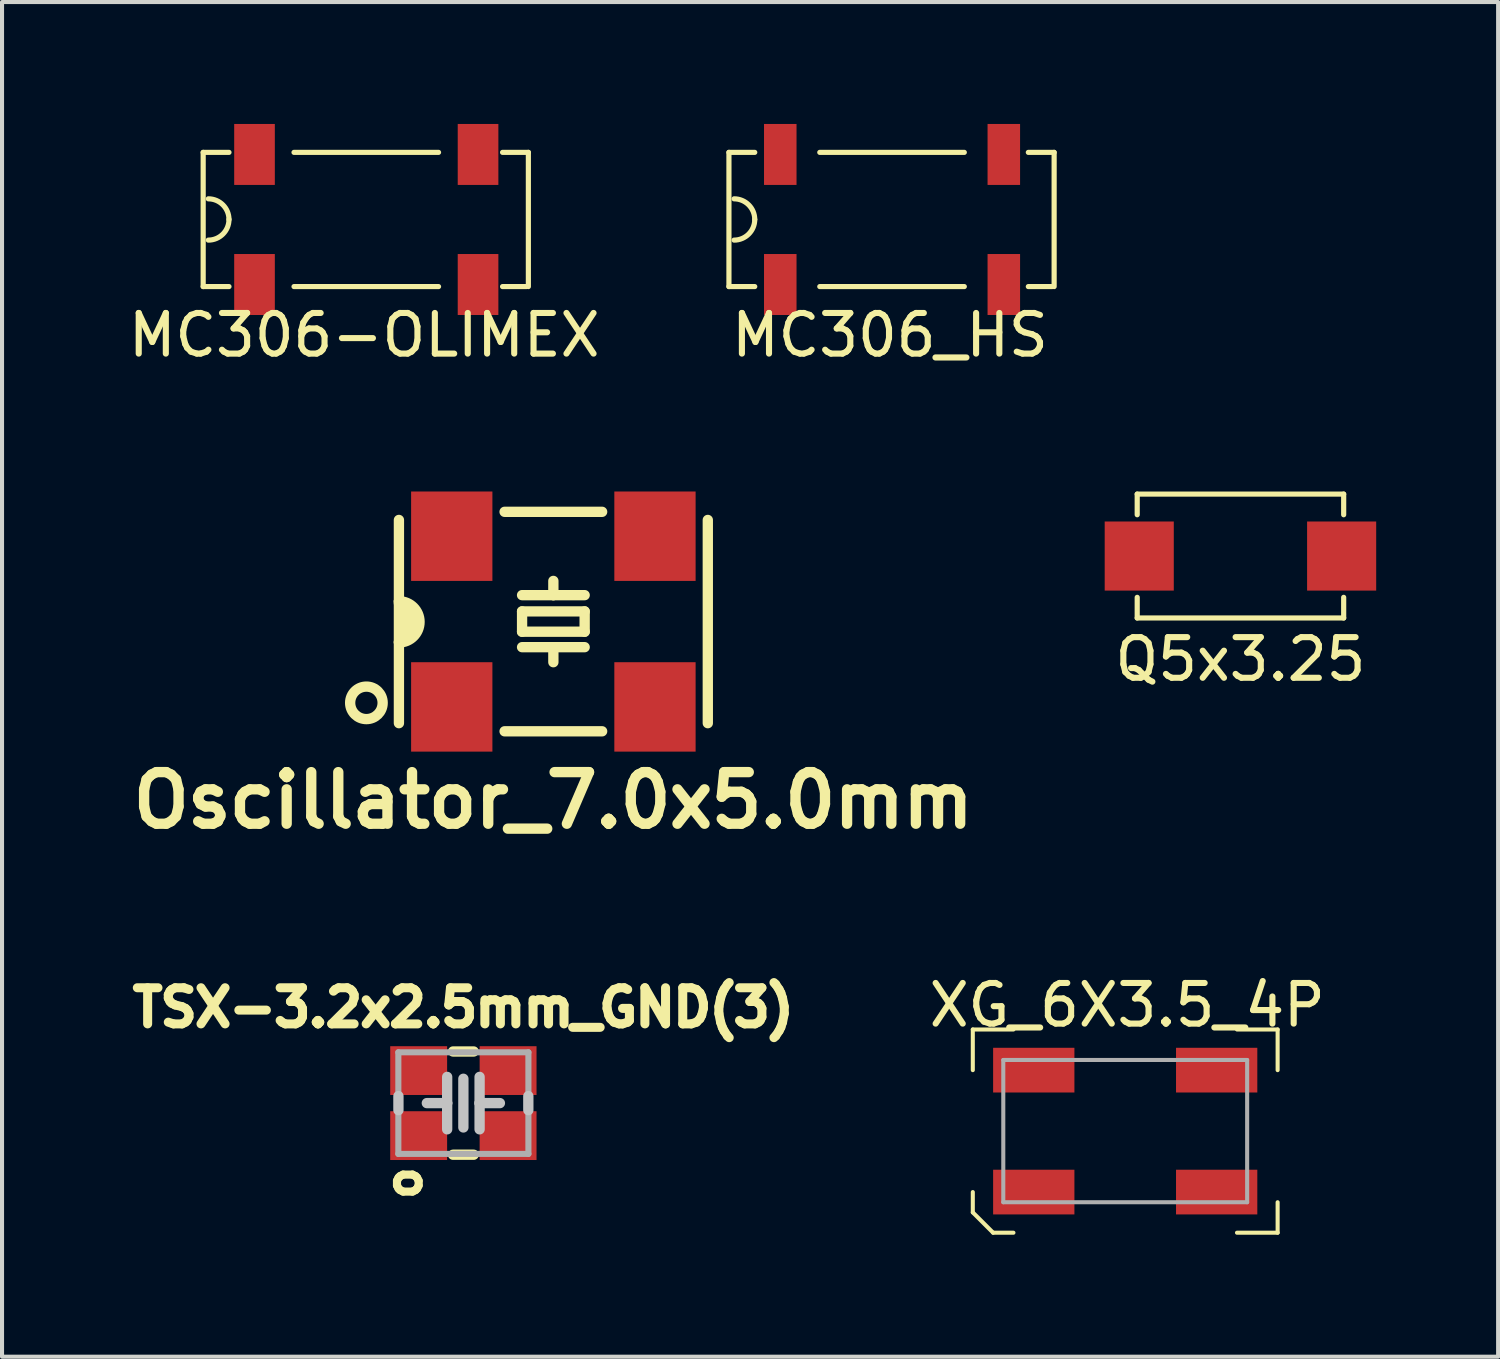
<source format=kicad_pcb>
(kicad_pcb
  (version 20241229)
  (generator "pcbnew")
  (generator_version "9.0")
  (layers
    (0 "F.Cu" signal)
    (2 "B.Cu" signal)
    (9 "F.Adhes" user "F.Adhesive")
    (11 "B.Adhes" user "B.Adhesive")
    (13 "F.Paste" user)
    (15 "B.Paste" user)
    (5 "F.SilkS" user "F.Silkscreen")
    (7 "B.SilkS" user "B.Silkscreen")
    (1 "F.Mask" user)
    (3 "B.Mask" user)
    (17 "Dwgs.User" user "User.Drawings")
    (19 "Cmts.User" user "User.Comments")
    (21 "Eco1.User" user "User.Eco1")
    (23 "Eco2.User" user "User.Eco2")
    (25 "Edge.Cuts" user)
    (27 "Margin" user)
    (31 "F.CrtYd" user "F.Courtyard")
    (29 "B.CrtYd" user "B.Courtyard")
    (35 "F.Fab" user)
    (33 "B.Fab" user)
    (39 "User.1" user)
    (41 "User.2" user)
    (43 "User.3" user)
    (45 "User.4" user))
  (footprint "MC306_HS"
    (layer "F.Cu")
    (at 18.898 2.35)
    (property "Reference" "MC306_HS" (at -0.051 2.845 0) (layer "F.SilkS") (effects (font (size 1 1) (thickness 0.15))))
    (attr smd)
    (fp_line (start -4.013 -1.651) (end -4.013 1.651) (stroke (width 0.127) (type solid)) (layer "F.SilkS"))
    (fp_line (start -4.013 -1.651) (end -3.378 -1.651) (stroke (width 0.127) (type solid)) (layer "F.SilkS"))
    (fp_line (start -4.013 1.651) (end -3.378 1.651) (stroke (width 0.127) (type solid)) (layer "F.SilkS"))
    (fp_line (start -1.778 -1.651) (end 1.778 -1.651) (stroke (width 0.127) (type solid)) (layer "F.SilkS"))
    (fp_line (start -1.778 1.651) (end 1.778 1.651) (stroke (width 0.127) (type solid)) (layer "F.SilkS"))
    (fp_line (start 3.353 -1.651) (end 3.988 -1.651) (stroke (width 0.127) (type solid)) (layer "F.SilkS"))
    (fp_line (start 3.353 1.651) (end 3.937 1.651) (stroke (width 0.127) (type solid)) (layer "F.SilkS"))
    (fp_line (start 3.988 -1.651) (end 3.988 1.651) (stroke (width 0.127) (type solid)) (layer "F.SilkS"))
    (fp_arc (start -3.8862 -0.508) (mid -3.52699 -0.35921) (end -3.3782 0) (stroke (width 0.127) (type solid)) (layer "F.SilkS"))
    (fp_arc (start -3.3782 0) (mid -3.52699 0.35921) (end -3.8862 0.508) (stroke (width 0.127) (type solid)) (layer "F.SilkS"))
    (pad "1" smd rect (at -2.75 -1.6) (size 0.8 1.5) (layers "F.Cu" "F.Mask" "F.Paste"))
    (pad "2" smd rect (at -2.75 1.6) (size 0.8 1.5) (layers "F.Cu" "F.Mask" "F.Paste"))
    (pad "3" smd rect (at 2.75 1.6) (size 0.8 1.5) (layers "F.Cu" "F.Mask" "F.Paste"))
    (pad "4" smd rect (at 2.75 -1.6) (size 0.8 1.5) (layers "F.Cu" "F.Mask" "F.Paste")))
  (footprint "TSX-3.2x2.5mm_GND(3)"
    (layer "F.Cu")
    (at 8.351 24.091)
    (property "Reference" "TSX-3.2x2.5mm_GND(3)" (at 0 -2.349 0) (layer "F.SilkS") (effects (font (size 0.889 0.889) (thickness 0.222))))
    (attr smd)
    (fp_line (start 0.254 -1.27) (end -0.254 -1.27) (stroke (width 0.254) (type solid)) (layer "F.SilkS"))
    (fp_line (start 0.254 1.27) (end -0.254 1.27) (stroke (width 0.254) (type solid)) (layer "F.SilkS"))
    (fp_line (start -1.598 0.173) (end -1.598 -0.173) (stroke (width 0.254) (type solid)) (layer "Dwgs.User"))
    (fp_line (start -0.399 -0.645) (end -0.399 0) (stroke (width 0.254) (type solid)) (layer "Dwgs.User"))
    (fp_line (start -0.399 0) (end -0.899 0) (stroke (width 0.254) (type solid)) (layer "Dwgs.User"))
    (fp_line (start -0.399 0) (end -0.399 0.645) (stroke (width 0.254) (type solid)) (layer "Dwgs.User"))
    (fp_line (start 0 0.599) (end 0 -0.599) (stroke (width 0.254) (type solid)) (layer "Dwgs.User"))
    (fp_line (start 0.399 -0.645) (end 0.399 0) (stroke (width 0.254) (type solid)) (layer "Dwgs.User"))
    (fp_line (start 0.399 0) (end 0.399 0.645) (stroke (width 0.254) (type solid)) (layer "Dwgs.User"))
    (fp_line (start 0.399 0) (end 0.899 0) (stroke (width 0.254) (type solid)) (layer "Dwgs.User"))
    (fp_line (start 1.598 -0.173) (end 1.598 0.173) (stroke (width 0.254) (type solid)) (layer "Dwgs.User"))
    (fp_line (start -1.6 -1.25) (end 1.6 -1.25) (stroke (width 0.15) (type solid)) (layer "F.Fab"))
    (fp_line (start -1.6 1.25) (end -1.6 -1.25) (stroke (width 0.15) (type solid)) (layer "F.Fab"))
    (fp_line (start 1.6 -1.25) (end 1.6 1.25) (stroke (width 0.15) (type solid)) (layer "F.Fab"))
    (fp_line (start 1.6 1.25) (end -1.6 1.25) (stroke (width 0.15) (type solid)) (layer "F.Fab"))
    (fp_text user "o" (at -1.46 1.968 90) (layer "F.SilkS") (effects (font (size 0.8 0.8) (thickness 0.2))))
    (pad "1" smd rect (at -1.1 0.8) (size 1.4 1.2) (layers "F.Cu" "F.Mask" "F.Paste"))
    (pad "2" smd rect (at 1.1 -0.8) (size 1.4 1.2) (layers "F.Cu" "F.Mask" "F.Paste"))
    (pad "3" smd rect (at -1.1 -0.8) (size 1.4 1.2) (layers "F.Cu" "F.Mask" "F.Paste"))
    (pad "3" smd rect (at 1.1 0.8) (size 1.4 1.2) (layers "F.Cu" "F.Mask" "F.Paste")))
  (footprint "Oscillator_7.0x5.0mm"
    (layer "F.Cu")
    (at 10.565 12.243)
    (property "Reference" "Oscillator_7.0x5.0mm" (at 0 4.4 0) (layer "F.SilkS") (effects (font (size 1.27 1.27) (thickness 0.254))))
    (attr smd)
    (fp_line (start -3.8 -2.5) (end -3.8 -0.45) (stroke (width 0.254) (type solid)) (layer "F.SilkS"))
    (fp_line (start -3.8 -0.5) (end -3.8 0.5) (stroke (width 0.254) (type solid)) (layer "F.SilkS"))
    (fp_line (start -3.8 0.5) (end -3.8 2.5) (stroke (width 0.254) (type solid)) (layer "F.SilkS"))
    (fp_line (start -3.6 -0.4) (end -3.6 0.4) (stroke (width 0.254) (type solid)) (layer "F.SilkS"))
    (fp_line (start -3.4 -0.2) (end -3.4 0.2) (stroke (width 0.254) (type solid)) (layer "F.SilkS"))
    (fp_line (start -1.2 2.7) (end 1.2 2.7) (stroke (width 0.254) (type solid)) (layer "F.SilkS"))
    (fp_line (start -0.77 -0.65) (end 0 -0.65) (stroke (width 0.254) (type solid)) (layer "F.SilkS"))
    (fp_line (start -0.77 -0.25) (end -0.77 0.25) (stroke (width 0.254) (type solid)) (layer "F.SilkS"))
    (fp_line (start -0.77 0.25) (end 0.77 0.25) (stroke (width 0.254) (type solid)) (layer "F.SilkS"))
    (fp_line (start -0.77 0.63) (end 0 0.63) (stroke (width 0.254) (type solid)) (layer "F.SilkS"))
    (fp_line (start 0 -0.65) (end 0 -1) (stroke (width 0.254) (type solid)) (layer "F.SilkS"))
    (fp_line (start 0 -0.65) (end 0.77 -0.65) (stroke (width 0.254) (type solid)) (layer "F.SilkS"))
    (fp_line (start 0 0.63) (end 0 1) (stroke (width 0.254) (type solid)) (layer "F.SilkS"))
    (fp_line (start 0 0.63) (end 0.77 0.63) (stroke (width 0.254) (type solid)) (layer "F.SilkS"))
    (fp_line (start 0.77 -0.25) (end -0.77 -0.25) (stroke (width 0.254) (type solid)) (layer "F.SilkS"))
    (fp_line (start 0.77 0.25) (end 0.77 -0.25) (stroke (width 0.254) (type solid)) (layer "F.SilkS"))
    (fp_line (start 1.2 -2.7) (end -1.2 -2.7) (stroke (width 0.254) (type solid)) (layer "F.SilkS"))
    (fp_line (start 3.8 2.5) (end 3.8 -2.5) (stroke (width 0.254) (type solid)) (layer "F.SilkS"))
    (fp_arc (start -3.8 -0.5) (mid -3.29238 0.00762) (end -3.8 0.51524) (stroke (width 0.254) (type solid)) (layer "F.SilkS"))
    (fp_circle (center -4.6 2) (end -5 2) (stroke (width 0.254) (type solid)) (fill no) (layer "F.SilkS"))
    (pad "1" smd rect (at -2.5 2.1) (size 2 2.2) (layers "F.Cu" "F.Mask" "F.Paste"))
    (pad "2" smd rect (at 2.5 2.1) (size 2 2.2) (layers "F.Cu" "F.Mask" "F.Paste"))
    (pad "3" smd rect (at 2.5 -2.1) (size 2 2.2) (layers "F.Cu" "F.Mask" "F.Paste"))
    (pad "4" smd rect (at -2.5 -2.1) (size 2 2.2) (layers "F.Cu" "F.Mask" "F.Paste")))
  (footprint "MC306-OLIMEX"
    (layer "F.Cu")
    (at 5.962 2.35)
    (property "Reference" "MC306-OLIMEX" (at -0.051 2.845 0) (layer "F.SilkS") (effects (font (size 1 1) (thickness 0.15))))
    (attr smd)
    (fp_line (start -4.013 -1.651) (end -4.013 1.651) (stroke (width 0.127) (type solid)) (layer "F.SilkS"))
    (fp_line (start -4.013 -1.651) (end -3.378 -1.651) (stroke (width 0.127) (type solid)) (layer "F.SilkS"))
    (fp_line (start -4.013 1.651) (end -3.378 1.651) (stroke (width 0.127) (type solid)) (layer "F.SilkS"))
    (fp_line (start -1.778 -1.651) (end 1.778 -1.651) (stroke (width 0.127) (type solid)) (layer "F.SilkS"))
    (fp_line (start -1.778 1.651) (end 1.778 1.651) (stroke (width 0.127) (type solid)) (layer "F.SilkS"))
    (fp_line (start 3.353 -1.651) (end 3.988 -1.651) (stroke (width 0.127) (type solid)) (layer "F.SilkS"))
    (fp_line (start 3.353 1.651) (end 3.937 1.651) (stroke (width 0.127) (type solid)) (layer "F.SilkS"))
    (fp_line (start 3.988 -1.651) (end 3.988 1.651) (stroke (width 0.127) (type solid)) (layer "F.SilkS"))
    (fp_arc (start -3.8862 -0.508) (mid -3.52699 -0.35921) (end -3.3782 0) (stroke (width 0.127) (type solid)) (layer "F.SilkS"))
    (fp_arc (start -3.3782 0) (mid -3.52699 0.35921) (end -3.8862 0.508) (stroke (width 0.127) (type solid)) (layer "F.SilkS"))
    (pad "1" smd rect (at -2.75 -1.6) (size 1 1.5) (layers "F.Cu" "F.Mask" "F.Paste"))
    (pad "2" smd rect (at -2.75 1.6) (size 1 1.5) (layers "F.Cu" "F.Mask" "F.Paste"))
    (pad "3" smd rect (at 2.75 1.6) (size 1 1.5) (layers "F.Cu" "F.Mask" "F.Paste"))
    (pad "4" smd rect (at 2.75 -1.6) (size 1 1.5) (layers "F.Cu" "F.Mask" "F.Paste")))
  (footprint "XG_6X3.5_4P"
    (layer "F.Cu")
    (at 24.635 24.78)
    (property "Reference" "XG_6X3.5_4P" (at 0.05 -3.1 0) (layer "F.SilkS") (effects (font (size 1 1) (thickness 0.15))))
    (attr through_hole)
    (fp_line (start -3.75 -2.5) (end -3.75 -1.5) (stroke (width 0.1) (type solid)) (layer "F.SilkS"))
    (fp_line (start -3.75 -2.5) (end -2.75 -2.5) (stroke (width 0.1) (type solid)) (layer "F.SilkS"))
    (fp_line (start -3.75 2) (end -3.75 1.5) (stroke (width 0.1) (type solid)) (layer "F.SilkS"))
    (fp_line (start -3.75 2) (end -3.25 2.5) (stroke (width 0.1) (type solid)) (layer "F.SilkS"))
    (fp_line (start -3.25 2.5) (end -2.75 2.5) (stroke (width 0.1) (type solid)) (layer "F.SilkS"))
    (fp_line (start 2.75 -2.5) (end 3.75 -2.5) (stroke (width 0.1) (type solid)) (layer "F.SilkS"))
    (fp_line (start 2.75 2.5) (end 3.75 2.5) (stroke (width 0.1) (type solid)) (layer "F.SilkS"))
    (fp_line (start 3.75 -2.5) (end 3.75 -1.5) (stroke (width 0.1) (type solid)) (layer "F.SilkS"))
    (fp_line (start 3.75 2.5) (end 3.75 1.75) (stroke (width 0.1) (type solid)) (layer "F.SilkS"))
    (fp_line (start -3 -1.75) (end 3 -1.75) (stroke (width 0.1) (type solid)) (layer "F.Fab"))
    (fp_line (start -3 1.75) (end -3 -1.75) (stroke (width 0.1) (type solid)) (layer "F.Fab"))
    (fp_line (start 3 -1.75) (end 3 1.75) (stroke (width 0.1) (type solid)) (layer "F.Fab"))
    (fp_line (start 3 1.75) (end -3 1.75) (stroke (width 0.1) (type solid)) (layer "F.Fab"))
    (pad "1" smd rect (at -2.25 1.5) (size 2 1.1) (layers "F.Cu" "F.Mask" "F.Paste"))
    (pad "2" smd rect (at 2.25 1.5) (size 2 1.1) (layers "F.Cu" "F.Mask" "F.Paste"))
    (pad "3" smd rect (at 2.25 -1.5) (size 2 1.1) (layers "F.Cu" "F.Mask" "F.Paste"))
    (pad "4" smd rect (at -2.25 -1.5) (size 2 1.1) (layers "F.Cu" "F.Mask" "F.Paste")))
  (footprint "Q5x3.25"
    (layer "F.Cu")
    (at 27.47 10.631)
    (property "Reference" "Q5x3.25" (at 0 2.54 0) (layer "F.SilkS") (effects (font (size 1 1) (thickness 0.15))))
    (attr smd)
    (fp_line (start -2.54 -1.524) (end 2.54 -1.524) (stroke (width 0.127) (type solid)) (layer "F.SilkS"))
    (fp_line (start -2.54 -1.016) (end -2.54 -1.524) (stroke (width 0.127) (type solid)) (layer "F.SilkS"))
    (fp_line (start -2.54 1.524) (end -2.54 1.016) (stroke (width 0.127) (type solid)) (layer "F.SilkS"))
    (fp_line (start 2.54 -1.524) (end 2.54 -1.016) (stroke (width 0.127) (type solid)) (layer "F.SilkS"))
    (fp_line (start 2.54 1.016) (end 2.54 1.524) (stroke (width 0.127) (type solid)) (layer "F.SilkS"))
    (fp_line (start 2.54 1.524) (end -2.54 1.524) (stroke (width 0.127) (type solid)) (layer "F.SilkS"))
    (pad "1" smd rect (at -2.49 0) (size 1.7 1.7) (layers "F.Cu" "F.Mask" "F.Paste"))
    (pad "2" smd rect (at 2.49 0) (size 1.7 1.7) (layers "F.Cu" "F.Mask" "F.Paste")))
  (gr_rect
    (start -3 -3)
    (end 33.81 30.33)
    (stroke (width 0.1) (type default))
    (fill no)
    (layer "Edge.Cuts")))
</source>
